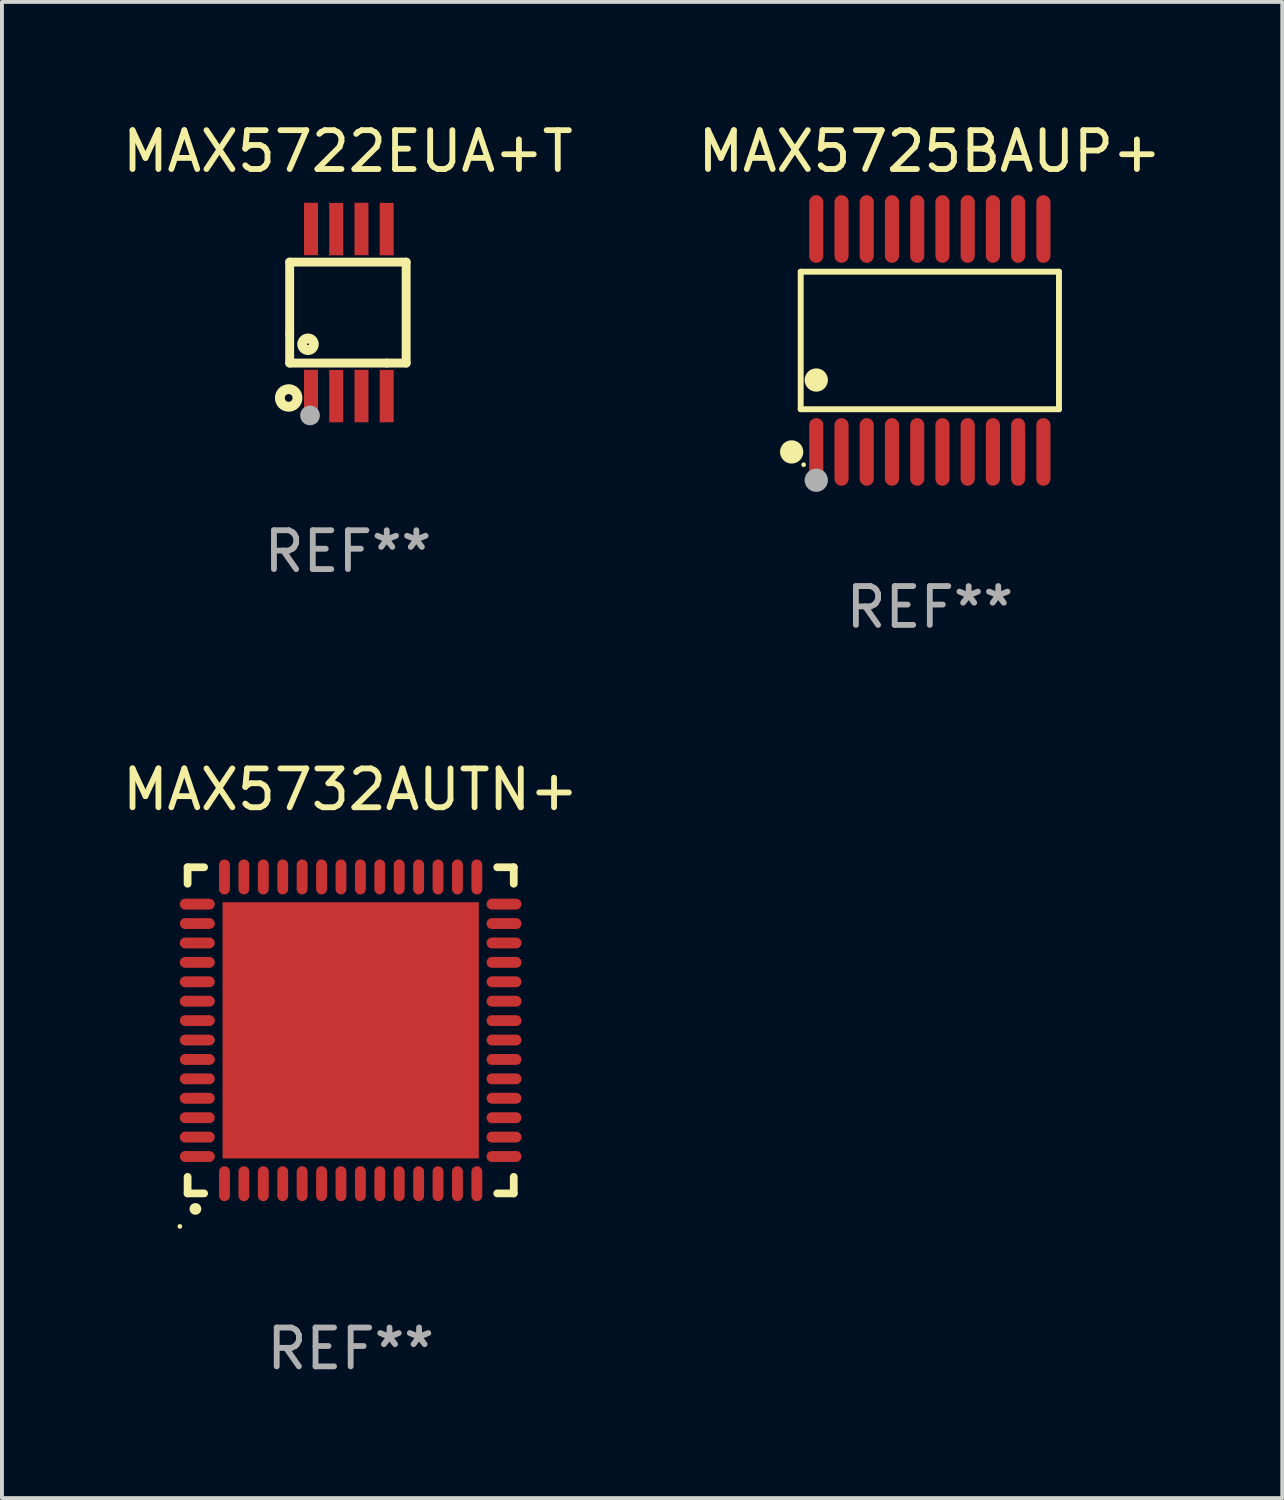
<source format=kicad_pcb>
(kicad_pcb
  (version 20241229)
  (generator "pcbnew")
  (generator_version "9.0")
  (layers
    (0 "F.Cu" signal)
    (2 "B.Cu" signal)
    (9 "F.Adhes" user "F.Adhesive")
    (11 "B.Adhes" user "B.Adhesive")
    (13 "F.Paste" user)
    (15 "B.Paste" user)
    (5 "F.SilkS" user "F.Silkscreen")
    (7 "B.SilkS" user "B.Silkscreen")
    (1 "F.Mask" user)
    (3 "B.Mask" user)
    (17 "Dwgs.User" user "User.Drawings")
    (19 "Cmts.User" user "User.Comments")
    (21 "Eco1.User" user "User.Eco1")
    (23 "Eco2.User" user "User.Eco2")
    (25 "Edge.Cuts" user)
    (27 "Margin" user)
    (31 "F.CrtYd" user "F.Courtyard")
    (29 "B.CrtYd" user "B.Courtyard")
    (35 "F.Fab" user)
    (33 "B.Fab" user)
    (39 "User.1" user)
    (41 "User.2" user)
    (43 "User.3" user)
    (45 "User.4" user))
  (footprint "MAX5725BAUP+"
    (layer "F.Cu")
    (at 20.899 5.719)
    (property "Reference" "MAX5725BAUP+" (at 0 -4.871 0) (layer "F.SilkS") (effects (font (size 1 1) (thickness 0.15))))
    (attr through_hole)
    (fp_line (start -3.326 -1.771) (end 3.326 -1.771) (stroke (width 0.152) (type solid)) (layer "F.SilkS"))
    (fp_line (start -3.326 1.771) (end -3.326 -1.771) (stroke (width 0.152) (type solid)) (layer "F.SilkS"))
    (fp_line (start 3.326 -1.771) (end 3.326 1.771) (stroke (width 0.152) (type solid)) (layer "F.SilkS"))
    (fp_line (start 3.326 1.771) (end -3.326 1.771) (stroke (width 0.152) (type solid)) (layer "F.SilkS"))
    (fp_circle (center -3.559 2.871) (end -3.409 2.871) (stroke (width 0.3) (type solid)) (fill no) (layer "F.SilkS"))
    (fp_circle (center -3.25 3.2) (end -3.22 3.2) (stroke (width 0.06) (type solid)) (fill no) (layer "F.SilkS"))
    (fp_circle (center -2.925 1.019) (end -2.775 1.019) (stroke (width 0.3) (type solid)) (fill no) (layer "F.SilkS"))
    (fp_circle (center -2.925 3.6) (end -2.775 3.6) (stroke (width 0.3) (type solid)) (fill no) (layer "F.Fab"))
    (fp_text user "REF**" (at 0 6.871 0) (layer "F.Fab") (effects (font (size 1 1) (thickness 0.15))))
    (pad "1" smd oval (at -2.925 2.871) (size 0.364 1.742) (layers "F.Cu" "F.Mask" "F.Paste"))
    (pad "2" smd oval (at -2.275 2.871) (size 0.364 1.742) (layers "F.Cu" "F.Mask" "F.Paste"))
    (pad "3" smd oval (at -1.625 2.871) (size 0.364 1.742) (layers "F.Cu" "F.Mask" "F.Paste"))
    (pad "4" smd oval (at -0.975 2.871) (size 0.364 1.742) (layers "F.Cu" "F.Mask" "F.Paste"))
    (pad "5" smd oval (at -0.325 2.871) (size 0.364 1.742) (layers "F.Cu" "F.Mask" "F.Paste"))
    (pad "6" smd oval (at 0.325 2.871) (size 0.364 1.742) (layers "F.Cu" "F.Mask" "F.Paste"))
    (pad "7" smd oval (at 0.975 2.871) (size 0.364 1.742) (layers "F.Cu" "F.Mask" "F.Paste"))
    (pad "8" smd oval (at 1.625 2.871) (size 0.364 1.742) (layers "F.Cu" "F.Mask" "F.Paste"))
    (pad "9" smd oval (at 2.275 2.871) (size 0.364 1.742) (layers "F.Cu" "F.Mask" "F.Paste"))
    (pad "10" smd oval (at 2.925 2.871) (size 0.364 1.742) (layers "F.Cu" "F.Mask" "F.Paste"))
    (pad "11" smd oval (at 2.925 -2.871) (size 0.364 1.742) (layers "F.Cu" "F.Mask" "F.Paste"))
    (pad "12" smd oval (at 2.275 -2.871) (size 0.364 1.742) (layers "F.Cu" "F.Mask" "F.Paste"))
    (pad "13" smd oval (at 1.625 -2.871) (size 0.364 1.742) (layers "F.Cu" "F.Mask" "F.Paste"))
    (pad "14" smd oval (at 0.975 -2.871) (size 0.364 1.742) (layers "F.Cu" "F.Mask" "F.Paste"))
    (pad "15" smd oval (at 0.325 -2.871) (size 0.364 1.742) (layers "F.Cu" "F.Mask" "F.Paste"))
    (pad "16" smd oval (at -0.325 -2.871) (size 0.364 1.742) (layers "F.Cu" "F.Mask" "F.Paste"))
    (pad "17" smd oval (at -0.975 -2.871) (size 0.364 1.742) (layers "F.Cu" "F.Mask" "F.Paste"))
    (pad "18" smd oval (at -1.625 -2.871) (size 0.364 1.742) (layers "F.Cu" "F.Mask" "F.Paste"))
    (pad "19" smd oval (at -2.275 -2.871) (size 0.364 1.742) (layers "F.Cu" "F.Mask" "F.Paste"))
    (pad "20" smd oval (at -2.925 -2.871) (size 0.364 1.742) (layers "F.Cu" "F.Mask" "F.Paste")))
  (footprint "MAX5722EUA+T"
    (layer "F.Cu")
    (at 5.911 5)
    (property "Reference" "MAX5722EUA+T" (at 0 -4.152 0) (layer "F.SilkS") (effects (font (size 1 1) (thickness 0.15))))
    (attr through_hole)
    (fp_line (start -1.5 1.301) (end 1 1.301) (stroke (width 0.229) (type solid)) (layer "F.SilkS"))
    (fp_line (start -1.5 -1.299) (end -1.5 0.551) (stroke (width 0.229) (type solid)) (layer "F.SilkS"))
    (fp_line (start -1.5 0.551) (end -1.5 1.301) (stroke (width 0.229) (type solid)) (layer "F.SilkS"))
    (fp_line (start 1 1.301) (end 1.5 1.301) (stroke (width 0.229) (type solid)) (layer "F.SilkS"))
    (fp_line (start 1.5 1.301) (end 1.5 -1.299) (stroke (width 0.229) (type solid)) (layer "F.SilkS"))
    (fp_line (start 1.5 -1.299) (end -1.5 -1.299) (stroke (width 0.229) (type solid)) (layer "F.SilkS"))
    (fp_circle (center -1.526 2.2) (end -1.426 2.2) (stroke (width 0.254) (type solid)) (fill no) (layer "F.SilkS"))
    (fp_circle (center -1.476 2.45) (end -1.446 2.45) (stroke (width 0.06) (type solid)) (fill no) (layer "F.SilkS"))
    (fp_circle (center -1.028 0.817) (end -0.878 0.817) (stroke (width 0.254) (type solid)) (fill no) (layer "F.SilkS"))
    (fp_circle (center -0.976 2.65) (end -0.849 2.65) (stroke (width 0.254) (type solid)) (fill no) (layer "F.Fab"))
    (fp_text user "REF**" (at 0 6.152 0) (layer "F.Fab") (effects (font (size 1 1) (thickness 0.15))))
    (pad "1" smd rect (at -0.951 2.15) (size 0.36 1.35) (layers "F.Cu" "F.Mask" "F.Paste"))
    (pad "2" smd rect (at -0.301 2.152) (size 0.36 1.35) (layers "F.Cu" "F.Mask" "F.Paste"))
    (pad "3" smd rect (at 0.349 2.151) (size 0.36 1.35) (layers "F.Cu" "F.Mask" "F.Paste"))
    (pad "4" smd rect (at 0.999 2.152) (size 0.36 1.35) (layers "F.Cu" "F.Mask" "F.Paste"))
    (pad "5" smd rect (at 0.999 -2.149) (size 0.36 1.35) (layers "F.Cu" "F.Mask" "F.Paste"))
    (pad "6" smd rect (at 0.349 -2.152) (size 0.36 1.35) (layers "F.Cu" "F.Mask" "F.Paste"))
    (pad "7" smd rect (at -0.301 -2.149) (size 0.36 1.35) (layers "F.Cu" "F.Mask" "F.Paste"))
    (pad "8" smd rect (at -0.951 -2.152) (size 0.36 1.35) (layers "F.Cu" "F.Mask" "F.Paste")))
  (footprint "MAX5732AUTN+"
    (layer "F.Cu")
    (at 5.982 23.487)
    (property "Reference" "MAX5732AUTN+" (at 0 -6.2 0) (layer "F.SilkS") (effects (font (size 1 1) (thickness 0.15))))
    (attr through_hole)
    (fp_line (start -4.2 -4.2) (end -4.2 -3.775) (stroke (width 0.2) (type solid)) (layer "F.SilkS"))
    (fp_line (start -4.2 4.2) (end -4.2 3.775) (stroke (width 0.2) (type solid)) (layer "F.SilkS"))
    (fp_line (start -3.775 -4.2) (end -4.2 -4.2) (stroke (width 0.2) (type solid)) (layer "F.SilkS"))
    (fp_line (start -3.775 4.2) (end -4.2 4.2) (stroke (width 0.2) (type solid)) (layer "F.SilkS"))
    (fp_line (start 3.775 4.2) (end 4.2 4.2) (stroke (width 0.2) (type solid)) (layer "F.SilkS"))
    (fp_line (start 4.2 -4.2) (end 3.775 -4.2) (stroke (width 0.2) (type solid)) (layer "F.SilkS"))
    (fp_line (start 4.2 -3.775) (end 4.2 -4.2) (stroke (width 0.2) (type solid)) (layer "F.SilkS"))
    (fp_line (start 4.2 4.2) (end 4.2 3.775) (stroke (width 0.2) (type solid)) (layer "F.SilkS"))
    (fp_arc (start -4.000508 4.599949) (mid -3.999238 4.599944) (end -3.997968 4.599949) (stroke (width 0.3) (type solid)) (layer "F.SilkS"))
    (fp_circle (center -4.4 5.05) (end -4.37 5.05) (stroke (width 0.06) (type solid)) (fill no) (layer "F.SilkS"))
    (fp_text user "REF**" (at 0 8.2 0) (layer "F.Fab") (effects (font (size 1 1) (thickness 0.15))))
    (pad "1" smd oval (at -3.25 3.95 180) (size 0.28 0.9) (layers "F.Cu" "F.Mask" "F.Paste"))
    (pad "2" smd oval (at -2.75 3.95 180) (size 0.28 0.9) (layers "F.Cu" "F.Mask" "F.Paste"))
    (pad "3" smd oval (at -2.25 3.95 180) (size 0.28 0.9) (layers "F.Cu" "F.Mask" "F.Paste"))
    (pad "4" smd oval (at -1.75 3.95 180) (size 0.28 0.9) (layers "F.Cu" "F.Mask" "F.Paste"))
    (pad "5" smd oval (at -1.25 3.95 180) (size 0.28 0.9) (layers "F.Cu" "F.Mask" "F.Paste"))
    (pad "6" smd oval (at -0.75 3.95 180) (size 0.28 0.9) (layers "F.Cu" "F.Mask" "F.Paste"))
    (pad "7" smd oval (at -0.25 3.95 180) (size 0.28 0.9) (layers "F.Cu" "F.Mask" "F.Paste"))
    (pad "8" smd oval (at 0.25 3.95 180) (size 0.28 0.9) (layers "F.Cu" "F.Mask" "F.Paste"))
    (pad "9" smd oval (at 0.75 3.95 180) (size 0.28 0.9) (layers "F.Cu" "F.Mask" "F.Paste"))
    (pad "10" smd oval (at 1.25 3.95 180) (size 0.28 0.9) (layers "F.Cu" "F.Mask" "F.Paste"))
    (pad "11" smd oval (at 1.75 3.95 180) (size 0.28 0.9) (layers "F.Cu" "F.Mask" "F.Paste"))
    (pad "12" smd oval (at 2.25 3.95 180) (size 0.28 0.9) (layers "F.Cu" "F.Mask" "F.Paste"))
    (pad "13" smd oval (at 2.75 3.95 180) (size 0.28 0.9) (layers "F.Cu" "F.Mask" "F.Paste"))
    (pad "14" smd oval (at 3.25 3.95 180) (size 0.28 0.9) (layers "F.Cu" "F.Mask" "F.Paste"))
    (pad "15" smd oval (at 3.95 3.25 90) (size 0.28 0.9) (layers "F.Cu" "F.Mask" "F.Paste"))
    (pad "16" smd oval (at 3.95 2.75 90) (size 0.28 0.9) (layers "F.Cu" "F.Mask" "F.Paste"))
    (pad "17" smd oval (at 3.95 2.25 90) (size 0.28 0.9) (layers "F.Cu" "F.Mask" "F.Paste"))
    (pad "18" smd oval (at 3.95 1.75 90) (size 0.28 0.9) (layers "F.Cu" "F.Mask" "F.Paste"))
    (pad "19" smd oval (at 3.95 1.25 90) (size 0.28 0.9) (layers "F.Cu" "F.Mask" "F.Paste"))
    (pad "20" smd oval (at 3.95 0.75 90) (size 0.28 0.9) (layers "F.Cu" "F.Mask" "F.Paste"))
    (pad "21" smd oval (at 3.95 0.25 90) (size 0.28 0.9) (layers "F.Cu" "F.Mask" "F.Paste"))
    (pad "22" smd oval (at 3.95 -0.25 90) (size 0.28 0.9) (layers "F.Cu" "F.Mask" "F.Paste"))
    (pad "23" smd oval (at 3.95 -0.75 90) (size 0.28 0.9) (layers "F.Cu" "F.Mask" "F.Paste"))
    (pad "24" smd oval (at 3.95 -1.25 90) (size 0.28 0.9) (layers "F.Cu" "F.Mask" "F.Paste"))
    (pad "25" smd oval (at 3.95 -1.75 90) (size 0.28 0.9) (layers "F.Cu" "F.Mask" "F.Paste"))
    (pad "26" smd oval (at 3.95 -2.25 90) (size 0.28 0.9) (layers "F.Cu" "F.Mask" "F.Paste"))
    (pad "27" smd oval (at 3.95 -2.75 90) (size 0.28 0.9) (layers "F.Cu" "F.Mask" "F.Paste"))
    (pad "28" smd oval (at 3.95 -3.25 90) (size 0.28 0.9) (layers "F.Cu" "F.Mask" "F.Paste"))
    (pad "29" smd oval (at 3.25 -3.95 180) (size 0.28 0.9) (layers "F.Cu" "F.Mask" "F.Paste"))
    (pad "30" smd oval (at 2.75 -3.95 180) (size 0.28 0.9) (layers "F.Cu" "F.Mask" "F.Paste"))
    (pad "31" smd oval (at 2.25 -3.95 180) (size 0.28 0.9) (layers "F.Cu" "F.Mask" "F.Paste"))
    (pad "32" smd oval (at 1.75 -3.95 180) (size 0.28 0.9) (layers "F.Cu" "F.Mask" "F.Paste"))
    (pad "33" smd oval (at 1.25 -3.95 180) (size 0.28 0.9) (layers "F.Cu" "F.Mask" "F.Paste"))
    (pad "34" smd oval (at 0.75 -3.95 180) (size 0.28 0.9) (layers "F.Cu" "F.Mask" "F.Paste"))
    (pad "35" smd oval (at 0.25 -3.95 180) (size 0.28 0.9) (layers "F.Cu" "F.Mask" "F.Paste"))
    (pad "36" smd oval (at -0.25 -3.95 180) (size 0.28 0.9) (layers "F.Cu" "F.Mask" "F.Paste"))
    (pad "37" smd oval (at -0.75 -3.95 180) (size 0.28 0.9) (layers "F.Cu" "F.Mask" "F.Paste"))
    (pad "38" smd oval (at -1.25 -3.95 180) (size 0.28 0.9) (layers "F.Cu" "F.Mask" "F.Paste"))
    (pad "39" smd oval (at -1.75 -3.95 180) (size 0.28 0.9) (layers "F.Cu" "F.Mask" "F.Paste"))
    (pad "40" smd oval (at -2.25 -3.95 180) (size 0.28 0.9) (layers "F.Cu" "F.Mask" "F.Paste"))
    (pad "41" smd oval (at -2.75 -3.95 180) (size 0.28 0.9) (layers "F.Cu" "F.Mask" "F.Paste"))
    (pad "42" smd oval (at -3.25 -3.95 180) (size 0.28 0.9) (layers "F.Cu" "F.Mask" "F.Paste"))
    (pad "43" smd oval (at -3.95 -3.25 90) (size 0.28 0.9) (layers "F.Cu" "F.Mask" "F.Paste"))
    (pad "44" smd oval (at -3.95 -2.75 90) (size 0.28 0.9) (layers "F.Cu" "F.Mask" "F.Paste"))
    (pad "45" smd oval (at -3.95 -2.25 90) (size 0.28 0.9) (layers "F.Cu" "F.Mask" "F.Paste"))
    (pad "46" smd oval (at -3.95 -1.75 90) (size 0.28 0.9) (layers "F.Cu" "F.Mask" "F.Paste"))
    (pad "47" smd oval (at -3.95 -1.25 90) (size 0.28 0.9) (layers "F.Cu" "F.Mask" "F.Paste"))
    (pad "48" smd oval (at -3.95 -0.75 90) (size 0.28 0.9) (layers "F.Cu" "F.Mask" "F.Paste"))
    (pad "49" smd oval (at -3.95 -0.25 90) (size 0.28 0.9) (layers "F.Cu" "F.Mask" "F.Paste"))
    (pad "50" smd oval (at -3.95 0.25 90) (size 0.28 0.9) (layers "F.Cu" "F.Mask" "F.Paste"))
    (pad "51" smd oval (at -3.95 0.75 90) (size 0.28 0.9) (layers "F.Cu" "F.Mask" "F.Paste"))
    (pad "52" smd oval (at -3.95 1.25 90) (size 0.28 0.9) (layers "F.Cu" "F.Mask" "F.Paste"))
    (pad "53" smd oval (at -3.95 1.75 90) (size 0.28 0.9) (layers "F.Cu" "F.Mask" "F.Paste"))
    (pad "54" smd oval (at -3.95 2.25 90) (size 0.28 0.9) (layers "F.Cu" "F.Mask" "F.Paste"))
    (pad "55" smd oval (at -3.95 2.75 90) (size 0.28 0.9) (layers "F.Cu" "F.Mask" "F.Paste"))
    (pad "56" smd oval (at -3.95 3.25 90) (size 0.28 0.9) (layers "F.Cu" "F.Mask" "F.Paste"))
    (pad "57" smd rect (at 0 0 90) (size 6.6 6.6) (layers "F.Cu" "F.Mask" "F.Paste")))
  (gr_rect
    (start -3 -3)
    (end 29.976 35.535)
    (stroke (width 0.1) (type default))
    (fill no)
    (layer "Edge.Cuts")))
</source>
